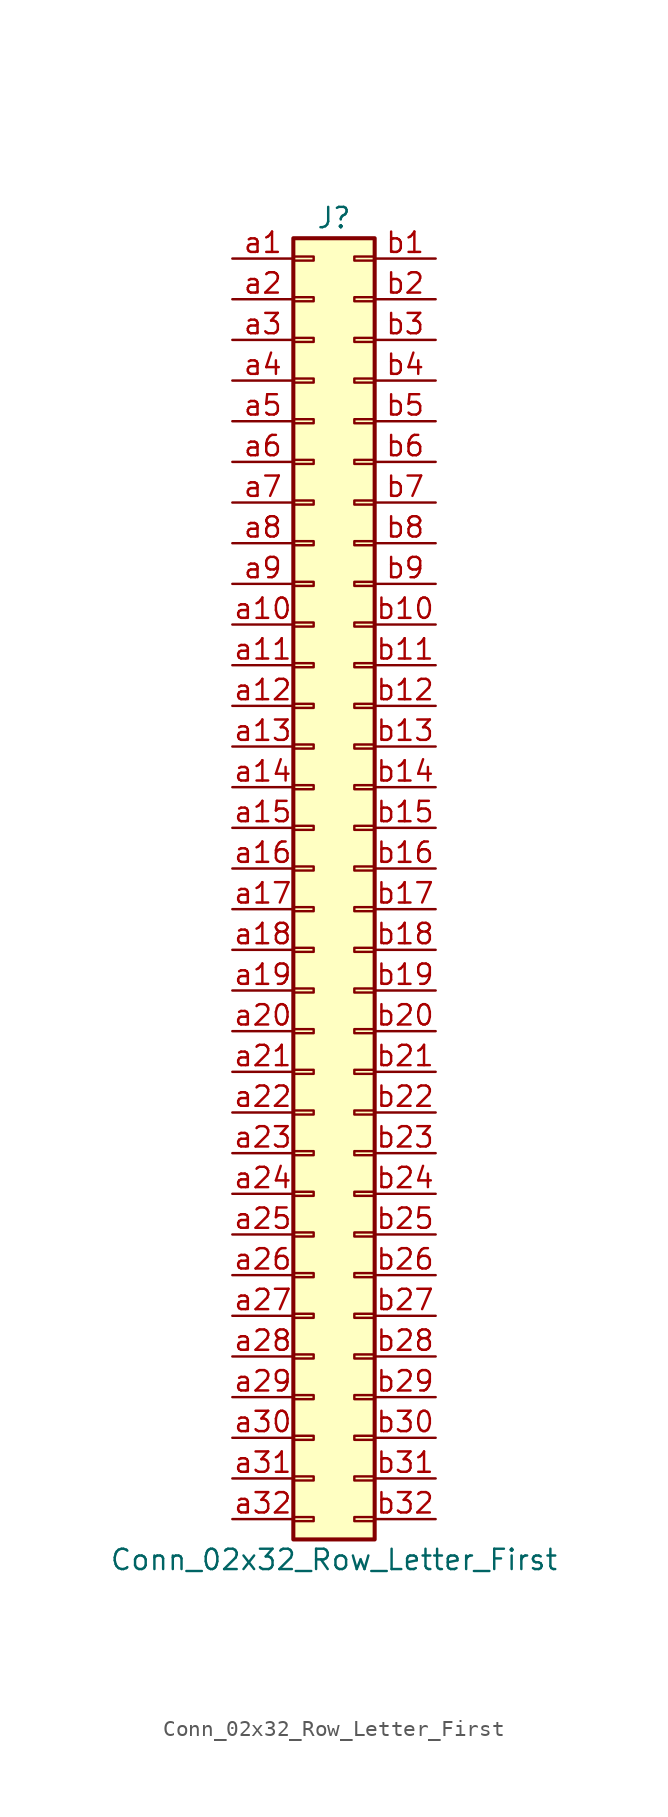
<source format=kicad_sym>
(kicad_symbol_lib
  (version 20211014)
  (generator kicad_symbol_editor)
  (symbol "Conn_02x32_Row_Letter_First"
    (pin_names
      (offset 1.016) hide)
    (property "Reference" "J"
      (at 1.27 40.64 0)
      (effects (font (size 1.27 1.27))))
    (property "Value" "Conn_02x32_Row_Letter_First"
      (at 1.27 -43.18 0)
      (effects (font (size 1.27 1.27))))
    (symbol "Conn_02x32_Row_Letter_First_1_1"
      (rectangle (start -1.27 -40.513) (end 0 -40.767) (stroke (width 0.152) (type default) (color 0 0 0 0)) (fill (type none)))
      (rectangle (start -1.27 -37.973) (end 0 -38.227) (stroke (width 0.152) (type default) (color 0 0 0 0)) (fill (type none)))
      (rectangle (start -1.27 -35.433) (end 0 -35.687) (stroke (width 0.152) (type default) (color 0 0 0 0)) (fill (type none)))
      (rectangle (start -1.27 -32.893) (end 0 -33.147) (stroke (width 0.152) (type default) (color 0 0 0 0)) (fill (type none)))
      (rectangle (start -1.27 -30.353) (end 0 -30.607) (stroke (width 0.152) (type default) (color 0 0 0 0)) (fill (type none)))
      (rectangle (start -1.27 -27.813) (end 0 -28.067) (stroke (width 0.152) (type default) (color 0 0 0 0)) (fill (type none)))
      (rectangle (start -1.27 -25.273) (end 0 -25.527) (stroke (width 0.152) (type default) (color 0 0 0 0)) (fill (type none)))
      (rectangle (start -1.27 -22.733) (end 0 -22.987) (stroke (width 0.152) (type default) (color 0 0 0 0)) (fill (type none)))
      (rectangle (start -1.27 -20.193) (end 0 -20.447) (stroke (width 0.152) (type default) (color 0 0 0 0)) (fill (type none)))
      (rectangle (start -1.27 -17.653) (end 0 -17.907) (stroke (width 0.152) (type default) (color 0 0 0 0)) (fill (type none)))
      (rectangle (start -1.27 -15.113) (end 0 -15.367) (stroke (width 0.152) (type default) (color 0 0 0 0)) (fill (type none)))
      (rectangle (start -1.27 -12.573) (end 0 -12.827) (stroke (width 0.152) (type default) (color 0 0 0 0)) (fill (type none)))
      (rectangle (start -1.27 -10.033) (end 0 -10.287) (stroke (width 0.152) (type default) (color 0 0 0 0)) (fill (type none)))
      (rectangle (start -1.27 -7.493) (end 0 -7.747) (stroke (width 0.152) (type default) (color 0 0 0 0)) (fill (type none)))
      (rectangle (start -1.27 -4.953) (end 0 -5.207) (stroke (width 0.152) (type default) (color 0 0 0 0)) (fill (type none)))
      (rectangle (start -1.27 -2.413) (end 0 -2.667) (stroke (width 0.152) (type default) (color 0 0 0 0)) (fill (type none)))
      (rectangle (start -1.27 0.127) (end 0 -0.127) (stroke (width 0.152) (type default) (color 0 0 0 0)) (fill (type none)))
      (rectangle (start -1.27 2.667) (end 0 2.413) (stroke (width 0.152) (type default) (color 0 0 0 0)) (fill (type none)))
      (rectangle (start -1.27 5.207) (end 0 4.953) (stroke (width 0.152) (type default) (color 0 0 0 0)) (fill (type none)))
      (rectangle (start -1.27 7.747) (end 0 7.493) (stroke (width 0.152) (type default) (color 0 0 0 0)) (fill (type none)))
      (rectangle (start -1.27 10.287) (end 0 10.033) (stroke (width 0.152) (type default) (color 0 0 0 0)) (fill (type none)))
      (rectangle (start -1.27 12.827) (end 0 12.573) (stroke (width 0.152) (type default) (color 0 0 0 0)) (fill (type none)))
      (rectangle (start -1.27 15.367) (end 0 15.113) (stroke (width 0.152) (type default) (color 0 0 0 0)) (fill (type none)))
      (rectangle (start -1.27 17.907) (end 0 17.653) (stroke (width 0.152) (type default) (color 0 0 0 0)) (fill (type none)))
      (rectangle (start -1.27 20.447) (end 0 20.193) (stroke (width 0.152) (type default) (color 0 0 0 0)) (fill (type none)))
      (rectangle (start -1.27 22.987) (end 0 22.733) (stroke (width 0.152) (type default) (color 0 0 0 0)) (fill (type none)))
      (rectangle (start -1.27 25.527) (end 0 25.273) (stroke (width 0.152) (type default) (color 0 0 0 0)) (fill (type none)))
      (rectangle (start -1.27 28.067) (end 0 27.813) (stroke (width 0.152) (type default) (color 0 0 0 0)) (fill (type none)))
      (rectangle (start -1.27 30.607) (end 0 30.353) (stroke (width 0.152) (type default) (color 0 0 0 0)) (fill (type none)))
      (rectangle (start -1.27 33.147) (end 0 32.893) (stroke (width 0.152) (type default) (color 0 0 0 0)) (fill (type none)))
      (rectangle (start -1.27 35.687) (end 0 35.433) (stroke (width 0.152) (type default) (color 0 0 0 0)) (fill (type none)))
      (rectangle (start -1.27 38.227) (end 0 37.973) (stroke (width 0.152) (type default) (color 0 0 0 0)) (fill (type none)))
      (rectangle (start -1.27 39.37) (end 3.81 -41.91) (stroke (width 0.254) (type default) (color 0 0 0 0)) (fill (type background)))
      (rectangle (start 3.81 -40.513) (end 2.54 -40.767) (stroke (width 0.152) (type default) (color 0 0 0 0)) (fill (type none)))
      (rectangle (start 3.81 -37.973) (end 2.54 -38.227) (stroke (width 0.152) (type default) (color 0 0 0 0)) (fill (type none)))
      (rectangle (start 3.81 -35.433) (end 2.54 -35.687) (stroke (width 0.152) (type default) (color 0 0 0 0)) (fill (type none)))
      (rectangle (start 3.81 -32.893) (end 2.54 -33.147) (stroke (width 0.152) (type default) (color 0 0 0 0)) (fill (type none)))
      (rectangle (start 3.81 -30.353) (end 2.54 -30.607) (stroke (width 0.152) (type default) (color 0 0 0 0)) (fill (type none)))
      (rectangle (start 3.81 -27.813) (end 2.54 -28.067) (stroke (width 0.152) (type default) (color 0 0 0 0)) (fill (type none)))
      (rectangle (start 3.81 -25.273) (end 2.54 -25.527) (stroke (width 0.152) (type default) (color 0 0 0 0)) (fill (type none)))
      (rectangle (start 3.81 -22.733) (end 2.54 -22.987) (stroke (width 0.152) (type default) (color 0 0 0 0)) (fill (type none)))
      (rectangle (start 3.81 -20.193) (end 2.54 -20.447) (stroke (width 0.152) (type default) (color 0 0 0 0)) (fill (type none)))
      (rectangle (start 3.81 -17.653) (end 2.54 -17.907) (stroke (width 0.152) (type default) (color 0 0 0 0)) (fill (type none)))
      (rectangle (start 3.81 -15.113) (end 2.54 -15.367) (stroke (width 0.152) (type default) (color 0 0 0 0)) (fill (type none)))
      (rectangle (start 3.81 -12.573) (end 2.54 -12.827) (stroke (width 0.152) (type default) (color 0 0 0 0)) (fill (type none)))
      (rectangle (start 3.81 -10.033) (end 2.54 -10.287) (stroke (width 0.152) (type default) (color 0 0 0 0)) (fill (type none)))
      (rectangle (start 3.81 -7.493) (end 2.54 -7.747) (stroke (width 0.152) (type default) (color 0 0 0 0)) (fill (type none)))
      (rectangle (start 3.81 -4.953) (end 2.54 -5.207) (stroke (width 0.152) (type default) (color 0 0 0 0)) (fill (type none)))
      (rectangle (start 3.81 -2.413) (end 2.54 -2.667) (stroke (width 0.152) (type default) (color 0 0 0 0)) (fill (type none)))
      (rectangle (start 3.81 0.127) (end 2.54 -0.127) (stroke (width 0.152) (type default) (color 0 0 0 0)) (fill (type none)))
      (rectangle (start 3.81 2.667) (end 2.54 2.413) (stroke (width 0.152) (type default) (color 0 0 0 0)) (fill (type none)))
      (rectangle (start 3.81 5.207) (end 2.54 4.953) (stroke (width 0.152) (type default) (color 0 0 0 0)) (fill (type none)))
      (rectangle (start 3.81 7.747) (end 2.54 7.493) (stroke (width 0.152) (type default) (color 0 0 0 0)) (fill (type none)))
      (rectangle (start 3.81 10.287) (end 2.54 10.033) (stroke (width 0.152) (type default) (color 0 0 0 0)) (fill (type none)))
      (rectangle (start 3.81 12.827) (end 2.54 12.573) (stroke (width 0.152) (type default) (color 0 0 0 0)) (fill (type none)))
      (rectangle (start 3.81 15.367) (end 2.54 15.113) (stroke (width 0.152) (type default) (color 0 0 0 0)) (fill (type none)))
      (rectangle (start 3.81 17.907) (end 2.54 17.653) (stroke (width 0.152) (type default) (color 0 0 0 0)) (fill (type none)))
      (rectangle (start 3.81 20.447) (end 2.54 20.193) (stroke (width 0.152) (type default) (color 0 0 0 0)) (fill (type none)))
      (rectangle (start 3.81 22.987) (end 2.54 22.733) (stroke (width 0.152) (type default) (color 0 0 0 0)) (fill (type none)))
      (rectangle (start 3.81 25.527) (end 2.54 25.273) (stroke (width 0.152) (type default) (color 0 0 0 0)) (fill (type none)))
      (rectangle (start 3.81 28.067) (end 2.54 27.813) (stroke (width 0.152) (type default) (color 0 0 0 0)) (fill (type none)))
      (rectangle (start 3.81 30.607) (end 2.54 30.353) (stroke (width 0.152) (type default) (color 0 0 0 0)) (fill (type none)))
      (rectangle (start 3.81 33.147) (end 2.54 32.893) (stroke (width 0.152) (type default) (color 0 0 0 0)) (fill (type none)))
      (rectangle (start 3.81 35.687) (end 2.54 35.433) (stroke (width 0.152) (type default) (color 0 0 0 0)) (fill (type none)))
      (rectangle (start 3.81 38.227) (end 2.54 37.973) (stroke (width 0.152) (type default) (color 0 0 0 0)) (fill (type none)))
      (pin passive line (at -5.08 38.1 0) (length 3.81) (name "Pin_a1" (effects (font (size 1.27 1.27)))) (number "a1" (effects (font (size 1.27 1.27)))))
      (pin passive line (at -5.08 15.24 0) (length 3.81) (name "Pin_a10" (effects (font (size 1.27 1.27)))) (number "a10" (effects (font (size 1.27 1.27)))))
      (pin passive line (at -5.08 12.7 0) (length 3.81) (name "Pin_a11" (effects (font (size 1.27 1.27)))) (number "a11" (effects (font (size 1.27 1.27)))))
      (pin passive line (at -5.08 10.16 0) (length 3.81) (name "Pin_a12" (effects (font (size 1.27 1.27)))) (number "a12" (effects (font (size 1.27 1.27)))))
      (pin passive line (at -5.08 7.62 0) (length 3.81) (name "Pin_a13" (effects (font (size 1.27 1.27)))) (number "a13" (effects (font (size 1.27 1.27)))))
      (pin passive line (at -5.08 5.08 0) (length 3.81) (name "Pin_a14" (effects (font (size 1.27 1.27)))) (number "a14" (effects (font (size 1.27 1.27)))))
      (pin passive line (at -5.08 2.54 0) (length 3.81) (name "Pin_a15" (effects (font (size 1.27 1.27)))) (number "a15" (effects (font (size 1.27 1.27)))))
      (pin passive line (at -5.08 0 0) (length 3.81) (name "Pin_a16" (effects (font (size 1.27 1.27)))) (number "a16" (effects (font (size 1.27 1.27)))))
      (pin passive line (at -5.08 -2.54 0) (length 3.81) (name "Pin_a17" (effects (font (size 1.27 1.27)))) (number "a17" (effects (font (size 1.27 1.27)))))
      (pin passive line (at -5.08 -5.08 0) (length 3.81) (name "Pin_a18" (effects (font (size 1.27 1.27)))) (number "a18" (effects (font (size 1.27 1.27)))))
      (pin passive line (at -5.08 -7.62 0) (length 3.81) (name "Pin_a19" (effects (font (size 1.27 1.27)))) (number "a19" (effects (font (size 1.27 1.27)))))
      (pin passive line (at -5.08 35.56 0) (length 3.81) (name "Pin_a2" (effects (font (size 1.27 1.27)))) (number "a2" (effects (font (size 1.27 1.27)))))
      (pin passive line (at -5.08 -10.16 0) (length 3.81) (name "Pin_a20" (effects (font (size 1.27 1.27)))) (number "a20" (effects (font (size 1.27 1.27)))))
      (pin passive line (at -5.08 -12.7 0) (length 3.81) (name "Pin_a21" (effects (font (size 1.27 1.27)))) (number "a21" (effects (font (size 1.27 1.27)))))
      (pin passive line (at -5.08 -15.24 0) (length 3.81) (name "Pin_a22" (effects (font (size 1.27 1.27)))) (number "a22" (effects (font (size 1.27 1.27)))))
      (pin passive line (at -5.08 -17.78 0) (length 3.81) (name "Pin_a23" (effects (font (size 1.27 1.27)))) (number "a23" (effects (font (size 1.27 1.27)))))
      (pin passive line (at -5.08 -20.32 0) (length 3.81) (name "Pin_a24" (effects (font (size 1.27 1.27)))) (number "a24" (effects (font (size 1.27 1.27)))))
      (pin passive line (at -5.08 -22.86 0) (length 3.81) (name "Pin_a25" (effects (font (size 1.27 1.27)))) (number "a25" (effects (font (size 1.27 1.27)))))
      (pin passive line (at -5.08 -25.4 0) (length 3.81) (name "Pin_a26" (effects (font (size 1.27 1.27)))) (number "a26" (effects (font (size 1.27 1.27)))))
      (pin passive line (at -5.08 -27.94 0) (length 3.81) (name "Pin_a27" (effects (font (size 1.27 1.27)))) (number "a27" (effects (font (size 1.27 1.27)))))
      (pin passive line (at -5.08 -30.48 0) (length 3.81) (name "Pin_a28" (effects (font (size 1.27 1.27)))) (number "a28" (effects (font (size 1.27 1.27)))))
      (pin passive line (at -5.08 -33.02 0) (length 3.81) (name "Pin_a29" (effects (font (size 1.27 1.27)))) (number "a29" (effects (font (size 1.27 1.27)))))
      (pin passive line (at -5.08 33.02 0) (length 3.81) (name "Pin_a3" (effects (font (size 1.27 1.27)))) (number "a3" (effects (font (size 1.27 1.27)))))
      (pin passive line (at -5.08 -35.56 0) (length 3.81) (name "Pin_a30" (effects (font (size 1.27 1.27)))) (number "a30" (effects (font (size 1.27 1.27)))))
      (pin passive line (at -5.08 -38.1 0) (length 3.81) (name "Pin_a31" (effects (font (size 1.27 1.27)))) (number "a31" (effects (font (size 1.27 1.27)))))
      (pin passive line (at -5.08 -40.64 0) (length 3.81) (name "Pin_a32" (effects (font (size 1.27 1.27)))) (number "a32" (effects (font (size 1.27 1.27)))))
      (pin passive line (at -5.08 30.48 0) (length 3.81) (name "Pin_a4" (effects (font (size 1.27 1.27)))) (number "a4" (effects (font (size 1.27 1.27)))))
      (pin passive line (at -5.08 27.94 0) (length 3.81) (name "Pin_a5" (effects (font (size 1.27 1.27)))) (number "a5" (effects (font (size 1.27 1.27)))))
      (pin passive line (at -5.08 25.4 0) (length 3.81) (name "Pin_a6" (effects (font (size 1.27 1.27)))) (number "a6" (effects (font (size 1.27 1.27)))))
      (pin passive line (at -5.08 22.86 0) (length 3.81) (name "Pin_a7" (effects (font (size 1.27 1.27)))) (number "a7" (effects (font (size 1.27 1.27)))))
      (pin passive line (at -5.08 20.32 0) (length 3.81) (name "Pin_a8" (effects (font (size 1.27 1.27)))) (number "a8" (effects (font (size 1.27 1.27)))))
      (pin passive line (at -5.08 17.78 0) (length 3.81) (name "Pin_a9" (effects (font (size 1.27 1.27)))) (number "a9" (effects (font (size 1.27 1.27)))))
      (pin passive line (at 7.62 38.1 180) (length 3.81) (name "Pin_b1" (effects (font (size 1.27 1.27)))) (number "b1" (effects (font (size 1.27 1.27)))))
      (pin passive line (at 7.62 15.24 180) (length 3.81) (name "Pin_b10" (effects (font (size 1.27 1.27)))) (number "b10" (effects (font (size 1.27 1.27)))))
      (pin passive line (at 7.62 12.7 180) (length 3.81) (name "Pin_b11" (effects (font (size 1.27 1.27)))) (number "b11" (effects (font (size 1.27 1.27)))))
      (pin passive line (at 7.62 10.16 180) (length 3.81) (name "Pin_b12" (effects (font (size 1.27 1.27)))) (number "b12" (effects (font (size 1.27 1.27)))))
      (pin passive line (at 7.62 7.62 180) (length 3.81) (name "Pin_b13" (effects (font (size 1.27 1.27)))) (number "b13" (effects (font (size 1.27 1.27)))))
      (pin passive line (at 7.62 5.08 180) (length 3.81) (name "Pin_b14" (effects (font (size 1.27 1.27)))) (number "b14" (effects (font (size 1.27 1.27)))))
      (pin passive line (at 7.62 2.54 180) (length 3.81) (name "Pin_b15" (effects (font (size 1.27 1.27)))) (number "b15" (effects (font (size 1.27 1.27)))))
      (pin passive line (at 7.62 0 180) (length 3.81) (name "Pin_b16" (effects (font (size 1.27 1.27)))) (number "b16" (effects (font (size 1.27 1.27)))))
      (pin passive line (at 7.62 -2.54 180) (length 3.81) (name "Pin_b17" (effects (font (size 1.27 1.27)))) (number "b17" (effects (font (size 1.27 1.27)))))
      (pin passive line (at 7.62 -5.08 180) (length 3.81) (name "Pin_b18" (effects (font (size 1.27 1.27)))) (number "b18" (effects (font (size 1.27 1.27)))))
      (pin passive line (at 7.62 -7.62 180) (length 3.81) (name "Pin_b19" (effects (font (size 1.27 1.27)))) (number "b19" (effects (font (size 1.27 1.27)))))
      (pin passive line (at 7.62 35.56 180) (length 3.81) (name "Pin_b2" (effects (font (size 1.27 1.27)))) (number "b2" (effects (font (size 1.27 1.27)))))
      (pin passive line (at 7.62 -10.16 180) (length 3.81) (name "Pin_b20" (effects (font (size 1.27 1.27)))) (number "b20" (effects (font (size 1.27 1.27)))))
      (pin passive line (at 7.62 -12.7 180) (length 3.81) (name "Pin_b21" (effects (font (size 1.27 1.27)))) (number "b21" (effects (font (size 1.27 1.27)))))
      (pin passive line (at 7.62 -15.24 180) (length 3.81) (name "Pin_b22" (effects (font (size 1.27 1.27)))) (number "b22" (effects (font (size 1.27 1.27)))))
      (pin passive line (at 7.62 -17.78 180) (length 3.81) (name "Pin_b23" (effects (font (size 1.27 1.27)))) (number "b23" (effects (font (size 1.27 1.27)))))
      (pin passive line (at 7.62 -20.32 180) (length 3.81) (name "Pin_b24" (effects (font (size 1.27 1.27)))) (number "b24" (effects (font (size 1.27 1.27)))))
      (pin passive line (at 7.62 -22.86 180) (length 3.81) (name "Pin_b25" (effects (font (size 1.27 1.27)))) (number "b25" (effects (font (size 1.27 1.27)))))
      (pin passive line (at 7.62 -25.4 180) (length 3.81) (name "Pin_b26" (effects (font (size 1.27 1.27)))) (number "b26" (effects (font (size 1.27 1.27)))))
      (pin passive line (at 7.62 -27.94 180) (length 3.81) (name "Pin_b27" (effects (font (size 1.27 1.27)))) (number "b27" (effects (font (size 1.27 1.27)))))
      (pin passive line (at 7.62 -30.48 180) (length 3.81) (name "Pin_b28" (effects (font (size 1.27 1.27)))) (number "b28" (effects (font (size 1.27 1.27)))))
      (pin passive line (at 7.62 -33.02 180) (length 3.81) (name "Pin_b29" (effects (font (size 1.27 1.27)))) (number "b29" (effects (font (size 1.27 1.27)))))
      (pin passive line (at 7.62 33.02 180) (length 3.81) (name "Pin_b3" (effects (font (size 1.27 1.27)))) (number "b3" (effects (font (size 1.27 1.27)))))
      (pin passive line (at 7.62 -35.56 180) (length 3.81) (name "Pin_b30" (effects (font (size 1.27 1.27)))) (number "b30" (effects (font (size 1.27 1.27)))))
      (pin passive line (at 7.62 -38.1 180) (length 3.81) (name "Pin_b31" (effects (font (size 1.27 1.27)))) (number "b31" (effects (font (size 1.27 1.27)))))
      (pin passive line (at 7.62 -40.64 180) (length 3.81) (name "Pin_b32" (effects (font (size 1.27 1.27)))) (number "b32" (effects (font (size 1.27 1.27)))))
      (pin passive line (at 7.62 30.48 180) (length 3.81) (name "Pin_b4" (effects (font (size 1.27 1.27)))) (number "b4" (effects (font (size 1.27 1.27)))))
      (pin passive line (at 7.62 27.94 180) (length 3.81) (name "Pin_b5" (effects (font (size 1.27 1.27)))) (number "b5" (effects (font (size 1.27 1.27)))))
      (pin passive line (at 7.62 25.4 180) (length 3.81) (name "Pin_b6" (effects (font (size 1.27 1.27)))) (number "b6" (effects (font (size 1.27 1.27)))))
      (pin passive line (at 7.62 22.86 180) (length 3.81) (name "Pin_b7" (effects (font (size 1.27 1.27)))) (number "b7" (effects (font (size 1.27 1.27)))))
      (pin passive line (at 7.62 20.32 180) (length 3.81) (name "Pin_b8" (effects (font (size 1.27 1.27)))) (number "b8" (effects (font (size 1.27 1.27)))))
      (pin passive line (at 7.62 17.78 180) (length 3.81) (name "Pin_b9" (effects (font (size 1.27 1.27)))) (number "b9" (effects (font (size 1.27 1.27))))))))
</source>
